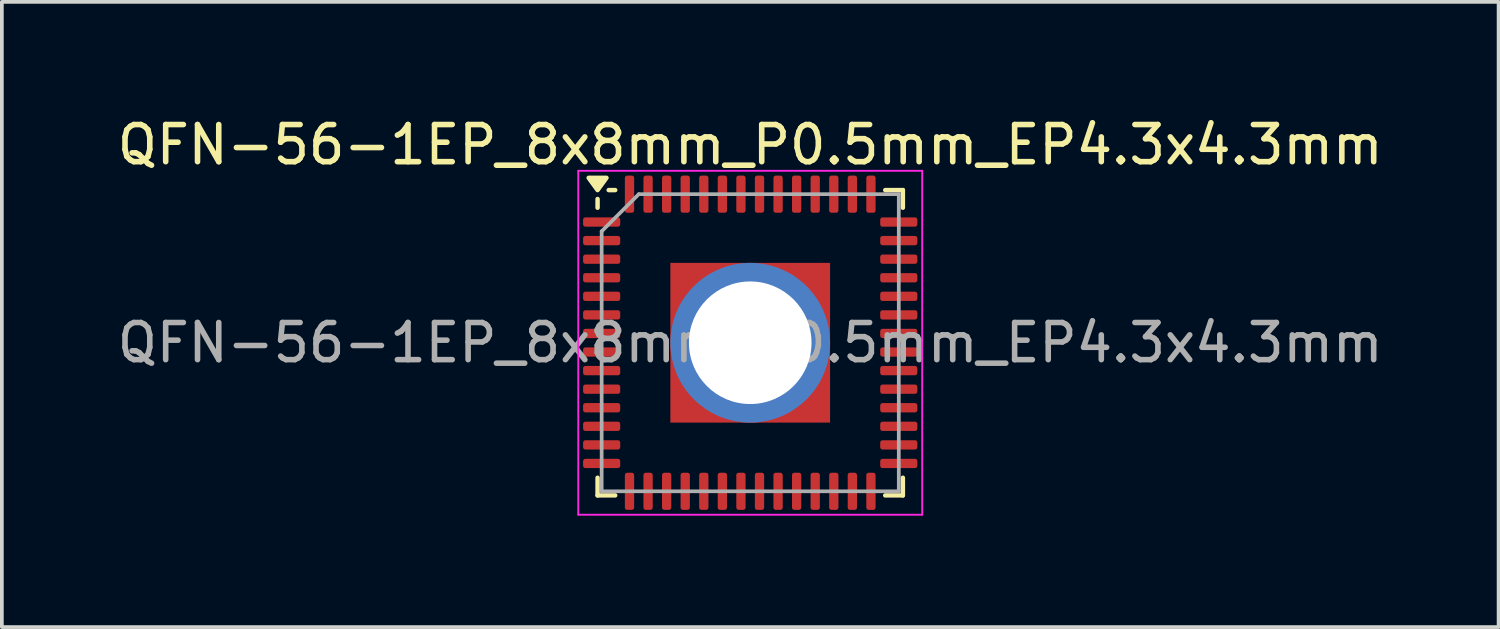
<source format=kicad_pcb>
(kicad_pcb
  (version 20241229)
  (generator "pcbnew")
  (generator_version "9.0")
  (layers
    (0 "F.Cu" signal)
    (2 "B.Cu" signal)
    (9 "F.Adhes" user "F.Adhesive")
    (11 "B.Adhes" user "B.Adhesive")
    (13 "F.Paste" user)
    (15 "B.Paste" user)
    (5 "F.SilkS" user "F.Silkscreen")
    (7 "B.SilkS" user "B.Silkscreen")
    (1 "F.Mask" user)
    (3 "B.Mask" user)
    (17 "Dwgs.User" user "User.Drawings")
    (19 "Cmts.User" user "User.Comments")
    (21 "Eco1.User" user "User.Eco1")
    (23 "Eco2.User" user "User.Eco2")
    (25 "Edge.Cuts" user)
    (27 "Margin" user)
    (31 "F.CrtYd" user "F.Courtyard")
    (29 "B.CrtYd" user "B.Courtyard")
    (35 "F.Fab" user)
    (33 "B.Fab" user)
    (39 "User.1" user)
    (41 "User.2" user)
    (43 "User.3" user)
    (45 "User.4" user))
  (footprint "QFN-56-1EP_8x8mm_P0.5mm_EP4.3x4.3mm"
    (layer "F.Cu")
    (at 17.149 6.178)
    (property "Reference" "QFN-56-1EP_8x8mm_P0.5mm_EP4.3x4.3mm" (at 0 -5.33 0) (layer "F.SilkS") (effects (font (size 1 1) (thickness 0.15))))
    (attr smd)
    (fp_line (start -4.11 -3.635) (end -4.11 -3.87) (stroke (width 0.12) (type solid)) (layer "F.SilkS"))
    (fp_line (start -4.11 4.11) (end -4.11 3.635) (stroke (width 0.12) (type solid)) (layer "F.SilkS"))
    (fp_line (start -3.635 -4.11) (end -3.81 -4.11) (stroke (width 0.12) (type solid)) (layer "F.SilkS"))
    (fp_line (start -3.635 4.11) (end -4.11 4.11) (stroke (width 0.12) (type solid)) (layer "F.SilkS"))
    (fp_line (start 3.635 -4.11) (end 4.11 -4.11) (stroke (width 0.12) (type solid)) (layer "F.SilkS"))
    (fp_line (start 3.635 4.11) (end 4.11 4.11) (stroke (width 0.12) (type solid)) (layer "F.SilkS"))
    (fp_line (start 4.11 -4.11) (end 4.11 -3.635) (stroke (width 0.12) (type solid)) (layer "F.SilkS"))
    (fp_line (start 4.11 4.11) (end 4.11 3.635) (stroke (width 0.12) (type solid)) (layer "F.SilkS"))
    (fp_poly (pts (xy -4.11 -4.11) (xy -4.35 -4.44) (xy -3.87 -4.44) (xy -4.11 -4.11)) (stroke (width 0.12) (type solid)) (fill yes) (layer "F.SilkS"))
    (fp_line (start -4.63 -4.63) (end -4.63 4.63) (stroke (width 0.05) (type solid)) (layer "F.CrtYd"))
    (fp_line (start -4.63 4.63) (end 4.63 4.63) (stroke (width 0.05) (type solid)) (layer "F.CrtYd"))
    (fp_line (start 4.63 -4.63) (end -4.63 -4.63) (stroke (width 0.05) (type solid)) (layer "F.CrtYd"))
    (fp_line (start 4.63 4.63) (end 4.63 -4.63) (stroke (width 0.05) (type solid)) (layer "F.CrtYd"))
    (fp_line (start -4 -3) (end -3 -4) (stroke (width 0.1) (type solid)) (layer "F.Fab"))
    (fp_line (start -4 4) (end -4 -3) (stroke (width 0.1) (type solid)) (layer "F.Fab"))
    (fp_line (start -3 -4) (end 4 -4) (stroke (width 0.1) (type solid)) (layer "F.Fab"))
    (fp_line (start 4 -4) (end 4 4) (stroke (width 0.1) (type solid)) (layer "F.Fab"))
    (fp_line (start 4 4) (end -4 4) (stroke (width 0.1) (type solid)) (layer "F.Fab"))
    (fp_text user "${REFERENCE}" (at 0 0 0) (layer "F.Fab") (effects (font (size 1 1) (thickness 0.15))))
    (pad "1" smd roundrect (at -4 -3.25) (size 1 0.25) (layers "F.Cu" "F.Mask" "F.Paste") (roundrect_rratio 0.25))
    (pad "2" smd roundrect (at -4 -2.75) (size 1 0.25) (layers "F.Cu" "F.Mask" "F.Paste") (roundrect_rratio 0.25))
    (pad "3" smd roundrect (at -4 -2.25) (size 1 0.25) (layers "F.Cu" "F.Mask" "F.Paste") (roundrect_rratio 0.25))
    (pad "4" smd roundrect (at -4 -1.75) (size 1 0.25) (layers "F.Cu" "F.Mask" "F.Paste") (roundrect_rratio 0.25))
    (pad "5" smd roundrect (at -4 -1.25) (size 1 0.25) (layers "F.Cu" "F.Mask" "F.Paste") (roundrect_rratio 0.25))
    (pad "6" smd roundrect (at -4 -0.75) (size 1 0.25) (layers "F.Cu" "F.Mask" "F.Paste") (roundrect_rratio 0.25))
    (pad "7" smd roundrect (at -4 -0.25) (size 1 0.25) (layers "F.Cu" "F.Mask" "F.Paste") (roundrect_rratio 0.25))
    (pad "8" smd roundrect (at -4 0.25) (size 1 0.25) (layers "F.Cu" "F.Mask" "F.Paste") (roundrect_rratio 0.25))
    (pad "9" smd roundrect (at -4 0.75) (size 1 0.25) (layers "F.Cu" "F.Mask" "F.Paste") (roundrect_rratio 0.25))
    (pad "10" smd roundrect (at -4 1.25) (size 1 0.25) (layers "F.Cu" "F.Mask" "F.Paste") (roundrect_rratio 0.25))
    (pad "11" smd roundrect (at -4 1.75) (size 1 0.25) (layers "F.Cu" "F.Mask" "F.Paste") (roundrect_rratio 0.25))
    (pad "12" smd roundrect (at -4 2.25) (size 1 0.25) (layers "F.Cu" "F.Mask" "F.Paste") (roundrect_rratio 0.25))
    (pad "13" smd roundrect (at -4 2.75) (size 1 0.25) (layers "F.Cu" "F.Mask" "F.Paste") (roundrect_rratio 0.25))
    (pad "14" smd roundrect (at -4 3.25) (size 1 0.25) (layers "F.Cu" "F.Mask" "F.Paste") (roundrect_rratio 0.25))
    (pad "15" smd roundrect (at -3.25 4) (size 0.25 1) (layers "F.Cu" "F.Mask" "F.Paste") (roundrect_rratio 0.25))
    (pad "16" smd roundrect (at -2.75 4) (size 0.25 1) (layers "F.Cu" "F.Mask" "F.Paste") (roundrect_rratio 0.25))
    (pad "17" smd roundrect (at -2.25 4) (size 0.25 1) (layers "F.Cu" "F.Mask" "F.Paste") (roundrect_rratio 0.25))
    (pad "18" smd roundrect (at -1.75 4) (size 0.25 1) (layers "F.Cu" "F.Mask" "F.Paste") (roundrect_rratio 0.25))
    (pad "19" smd roundrect (at -1.25 4) (size 0.25 1) (layers "F.Cu" "F.Mask" "F.Paste") (roundrect_rratio 0.25))
    (pad "20" smd roundrect (at -0.75 4) (size 0.25 1) (layers "F.Cu" "F.Mask" "F.Paste") (roundrect_rratio 0.25))
    (pad "21" smd roundrect (at -0.25 4) (size 0.25 1) (layers "F.Cu" "F.Mask" "F.Paste") (roundrect_rratio 0.25))
    (pad "22" smd roundrect (at 0.25 4) (size 0.25 1) (layers "F.Cu" "F.Mask" "F.Paste") (roundrect_rratio 0.25))
    (pad "23" smd roundrect (at 0.75 4) (size 0.25 1) (layers "F.Cu" "F.Mask" "F.Paste") (roundrect_rratio 0.25))
    (pad "24" smd roundrect (at 1.25 4) (size 0.25 1) (layers "F.Cu" "F.Mask" "F.Paste") (roundrect_rratio 0.25))
    (pad "25" smd roundrect (at 1.75 4) (size 0.25 1) (layers "F.Cu" "F.Mask" "F.Paste") (roundrect_rratio 0.25))
    (pad "26" smd roundrect (at 2.25 4) (size 0.25 1) (layers "F.Cu" "F.Mask" "F.Paste") (roundrect_rratio 0.25))
    (pad "27" smd roundrect (at 2.75 4) (size 0.25 1) (layers "F.Cu" "F.Mask" "F.Paste") (roundrect_rratio 0.25))
    (pad "28" smd roundrect (at 3.25 4) (size 0.25 1) (layers "F.Cu" "F.Mask" "F.Paste") (roundrect_rratio 0.25))
    (pad "29" smd roundrect (at 4 3.25) (size 1 0.25) (layers "F.Cu" "F.Mask" "F.Paste") (roundrect_rratio 0.25))
    (pad "30" smd roundrect (at 4 2.75) (size 1 0.25) (layers "F.Cu" "F.Mask" "F.Paste") (roundrect_rratio 0.25))
    (pad "31" smd roundrect (at 4 2.25) (size 1 0.25) (layers "F.Cu" "F.Mask" "F.Paste") (roundrect_rratio 0.25))
    (pad "32" smd roundrect (at 4 1.75) (size 1 0.25) (layers "F.Cu" "F.Mask" "F.Paste") (roundrect_rratio 0.25))
    (pad "33" smd roundrect (at 4 1.25) (size 1 0.25) (layers "F.Cu" "F.Mask" "F.Paste") (roundrect_rratio 0.25))
    (pad "34" smd roundrect (at 4 0.75) (size 1 0.25) (layers "F.Cu" "F.Mask" "F.Paste") (roundrect_rratio 0.25))
    (pad "35" smd roundrect (at 4 0.25) (size 1 0.25) (layers "F.Cu" "F.Mask" "F.Paste") (roundrect_rratio 0.25))
    (pad "36" smd roundrect (at 4 -0.25) (size 1 0.25) (layers "F.Cu" "F.Mask" "F.Paste") (roundrect_rratio 0.25))
    (pad "37" smd roundrect (at 4 -0.75) (size 1 0.25) (layers "F.Cu" "F.Mask" "F.Paste") (roundrect_rratio 0.25))
    (pad "38" smd roundrect (at 4 -1.25) (size 1 0.25) (layers "F.Cu" "F.Mask" "F.Paste") (roundrect_rratio 0.25))
    (pad "39" smd roundrect (at 4 -1.75) (size 1 0.25) (layers "F.Cu" "F.Mask" "F.Paste") (roundrect_rratio 0.25))
    (pad "40" smd roundrect (at 4 -2.25) (size 1 0.25) (layers "F.Cu" "F.Mask" "F.Paste") (roundrect_rratio 0.25))
    (pad "41" smd roundrect (at 4 -2.75) (size 1 0.25) (layers "F.Cu" "F.Mask" "F.Paste") (roundrect_rratio 0.25))
    (pad "42" smd roundrect (at 4 -3.25) (size 1 0.25) (layers "F.Cu" "F.Mask" "F.Paste") (roundrect_rratio 0.25))
    (pad "43" smd roundrect (at 3.25 -4) (size 0.25 1) (layers "F.Cu" "F.Mask" "F.Paste") (roundrect_rratio 0.25))
    (pad "44" smd roundrect (at 2.75 -4) (size 0.25 1) (layers "F.Cu" "F.Mask" "F.Paste") (roundrect_rratio 0.25))
    (pad "45" smd roundrect (at 2.25 -4) (size 0.25 1) (layers "F.Cu" "F.Mask" "F.Paste") (roundrect_rratio 0.25))
    (pad "46" smd roundrect (at 1.75 -4) (size 0.25 1) (layers "F.Cu" "F.Mask" "F.Paste") (roundrect_rratio 0.25))
    (pad "47" smd roundrect (at 1.25 -4) (size 0.25 1) (layers "F.Cu" "F.Mask" "F.Paste") (roundrect_rratio 0.25))
    (pad "48" smd roundrect (at 0.75 -4) (size 0.25 1) (layers "F.Cu" "F.Mask" "F.Paste") (roundrect_rratio 0.25))
    (pad "49" smd roundrect (at 0.25 -4) (size 0.25 1) (layers "F.Cu" "F.Mask" "F.Paste") (roundrect_rratio 0.25))
    (pad "50" smd roundrect (at -0.25 -4) (size 0.25 1) (layers "F.Cu" "F.Mask" "F.Paste") (roundrect_rratio 0.25))
    (pad "51" smd roundrect (at -0.75 -4) (size 0.25 1) (layers "F.Cu" "F.Mask" "F.Paste") (roundrect_rratio 0.25))
    (pad "52" smd roundrect (at -1.25 -4) (size 0.25 1) (layers "F.Cu" "F.Mask" "F.Paste") (roundrect_rratio 0.25))
    (pad "53" smd roundrect (at -1.75 -4) (size 0.25 1) (layers "F.Cu" "F.Mask" "F.Paste") (roundrect_rratio 0.25))
    (pad "54" smd roundrect (at -2.25 -4) (size 0.25 1) (layers "F.Cu" "F.Mask" "F.Paste") (roundrect_rratio 0.25))
    (pad "55" smd roundrect (at -2.75 -4) (size 0.25 1) (layers "F.Cu" "F.Mask" "F.Paste") (roundrect_rratio 0.25))
    (pad "56" smd roundrect (at -3.25 -4) (size 0.25 1) (layers "F.Cu" "F.Mask" "F.Paste") (roundrect_rratio 0.25))
    (pad "57" thru_hole circle (at 0 0) (size 4.3 4.3) (drill 3.3) (property pad_prop_heatsink) (layers "*.Cu" "*.Mask"))
    (pad "57" smd rect (at 0 0) (size 4.3 4.3) (property pad_prop_heatsink) (layers "F.Cu" "F.Mask")))
  (gr_rect
    (start -3 -3)
    (end 37.298 13.833)
    (stroke (width 0.1) (type default))
    (fill no)
    (layer "Edge.Cuts")))
</source>
